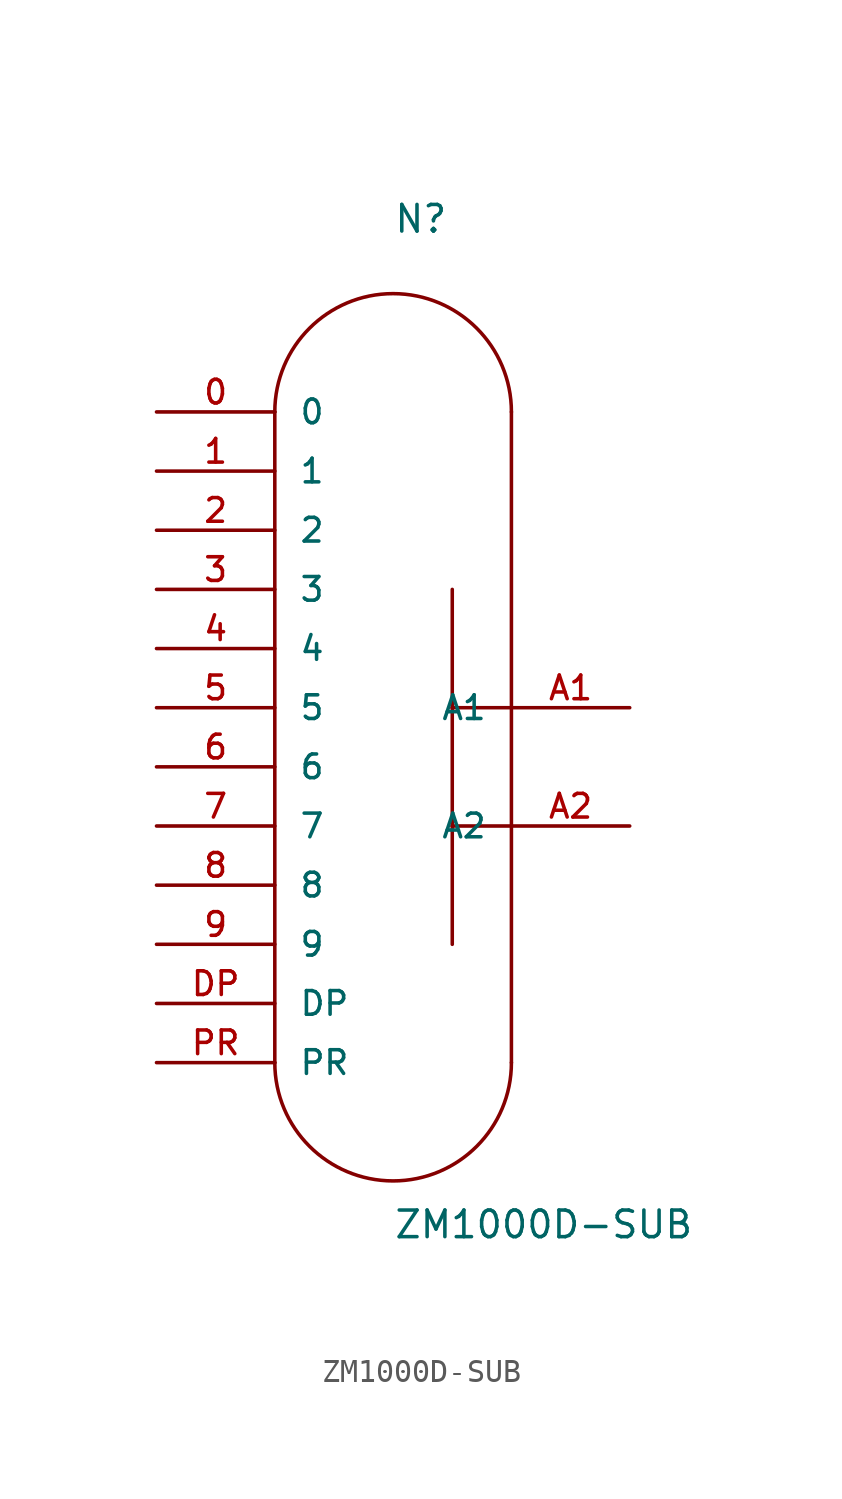
<source format=kicad_sym>
(kicad_symbol_lib
  (version 20241209)
  (generator "kicad_symbol_editor")
  (generator_version "9.0")
  (symbol "ZM1000D-SUB"
    (pin_names
      (offset 1.016))
    (property "Reference" "N"
      (at 0 22.86 0)
      (effects (font (size 1.143 1.143)) (justify left bottom)))
    (property "Value" "ZM1000D-SUB"
      (at 0 -20.32 0)
      (effects (font (size 1.143 1.143)) (justify left bottom)))
    (property "ki_locked" ""
      (at 0 0 0)
      (effects (font (size 1.27 1.27))))
    (symbol "ZM1000D-SUB_1_0"
      (polyline (pts (xy -5.08 15.24) (xy -5.08 -12.7)) (stroke (width 0) (type solid)) (fill (type none)))
      (polyline (pts (xy 2.54 7.62) (xy 2.54 2.54)) (stroke (width 0) (type solid)) (fill (type none)))
      (polyline (pts (xy 2.54 2.54) (xy 2.54 -2.54)) (stroke (width 0) (type solid)) (fill (type none)))
      (polyline (pts (xy 2.54 2.54) (xy 5.08 2.54)) (stroke (width 0) (type solid)) (fill (type none)))
      (polyline (pts (xy 2.54 -2.54) (xy 2.54 -7.62)) (stroke (width 0) (type solid)) (fill (type none)))
      (polyline (pts (xy 5.08 15.24) (xy 5.08 2.54)) (stroke (width 0) (type solid)) (fill (type none)))
      (polyline (pts (xy 5.08 2.54) (xy 5.08 -2.54)) (stroke (width 0) (type solid)) (fill (type none)))
      (polyline (pts (xy 5.08 -2.54) (xy 2.54 -2.54)) (stroke (width 0) (type solid)) (fill (type none)))
      (polyline (pts (xy 5.08 -2.54) (xy 5.08 -12.7)) (stroke (width 0) (type solid)) (fill (type none))))
    (symbol "ZM1000D-SUB_1_1"
      (arc (start -5.08 15.24) (mid 0 20.32) (end 5.08 15.24) (stroke (width 0) (type solid)) (fill (type none)))
      (arc (start 5.08 -12.7) (mid 0 -17.78) (end -5.08 -12.7) (stroke (width 0) (type solid)) (fill (type none)))
      (pin passive line (at -10.16 15.24 0) (length 5.08) (name "0" (effects (font (size 1.016 1.016)))) (number "0" (effects (font (size 1.016 1.016)))))
      (pin passive line (at -10.16 12.7 0) (length 5.08) (name "1" (effects (font (size 1.016 1.016)))) (number "1" (effects (font (size 1.016 1.016)))))
      (pin passive line (at -10.16 10.16 0) (length 5.08) (name "2" (effects (font (size 1.016 1.016)))) (number "2" (effects (font (size 1.016 1.016)))))
      (pin passive line (at -10.16 7.62 0) (length 5.08) (name "3" (effects (font (size 1.016 1.016)))) (number "3" (effects (font (size 1.016 1.016)))))
      (pin passive line (at -10.16 5.08 0) (length 5.08) (name "4" (effects (font (size 1.016 1.016)))) (number "4" (effects (font (size 1.016 1.016)))))
      (pin passive line (at -10.16 2.54 0) (length 5.08) (name "5" (effects (font (size 1.016 1.016)))) (number "5" (effects (font (size 1.016 1.016)))))
      (pin passive line (at -10.16 0 0) (length 5.08) (name "6" (effects (font (size 1.016 1.016)))) (number "6" (effects (font (size 1.016 1.016)))))
      (pin passive line (at -10.16 -2.54 0) (length 5.08) (name "7" (effects (font (size 1.016 1.016)))) (number "7" (effects (font (size 1.016 1.016)))))
      (pin passive line (at -10.16 -5.08 0) (length 5.08) (name "8" (effects (font (size 1.016 1.016)))) (number "8" (effects (font (size 1.016 1.016)))))
      (pin passive line (at -10.16 -7.62 0) (length 5.08) (name "9" (effects (font (size 1.016 1.016)))) (number "9" (effects (font (size 1.016 1.016)))))
      (pin passive line (at -10.16 -10.16 0) (length 5.08) (name "DP" (effects (font (size 1.016 1.016)))) (number "DP" (effects (font (size 1.016 1.016)))))
      (pin passive line (at -10.16 -12.7 0) (length 5.08) (name "PR" (effects (font (size 1.016 1.016)))) (number "PR" (effects (font (size 1.016 1.016)))))
      (pin passive line (at 10.16 2.54 180) (length 5.08) (name "A1" (effects (font (size 1.016 1.016)))) (number "A1" (effects (font (size 1.016 1.016)))))
      (pin passive line (at 10.16 -2.54 180) (length 5.08) (name "A2" (effects (font (size 1.016 1.016)))) (number "A2" (effects (font (size 1.016 1.016))))))))
</source>
